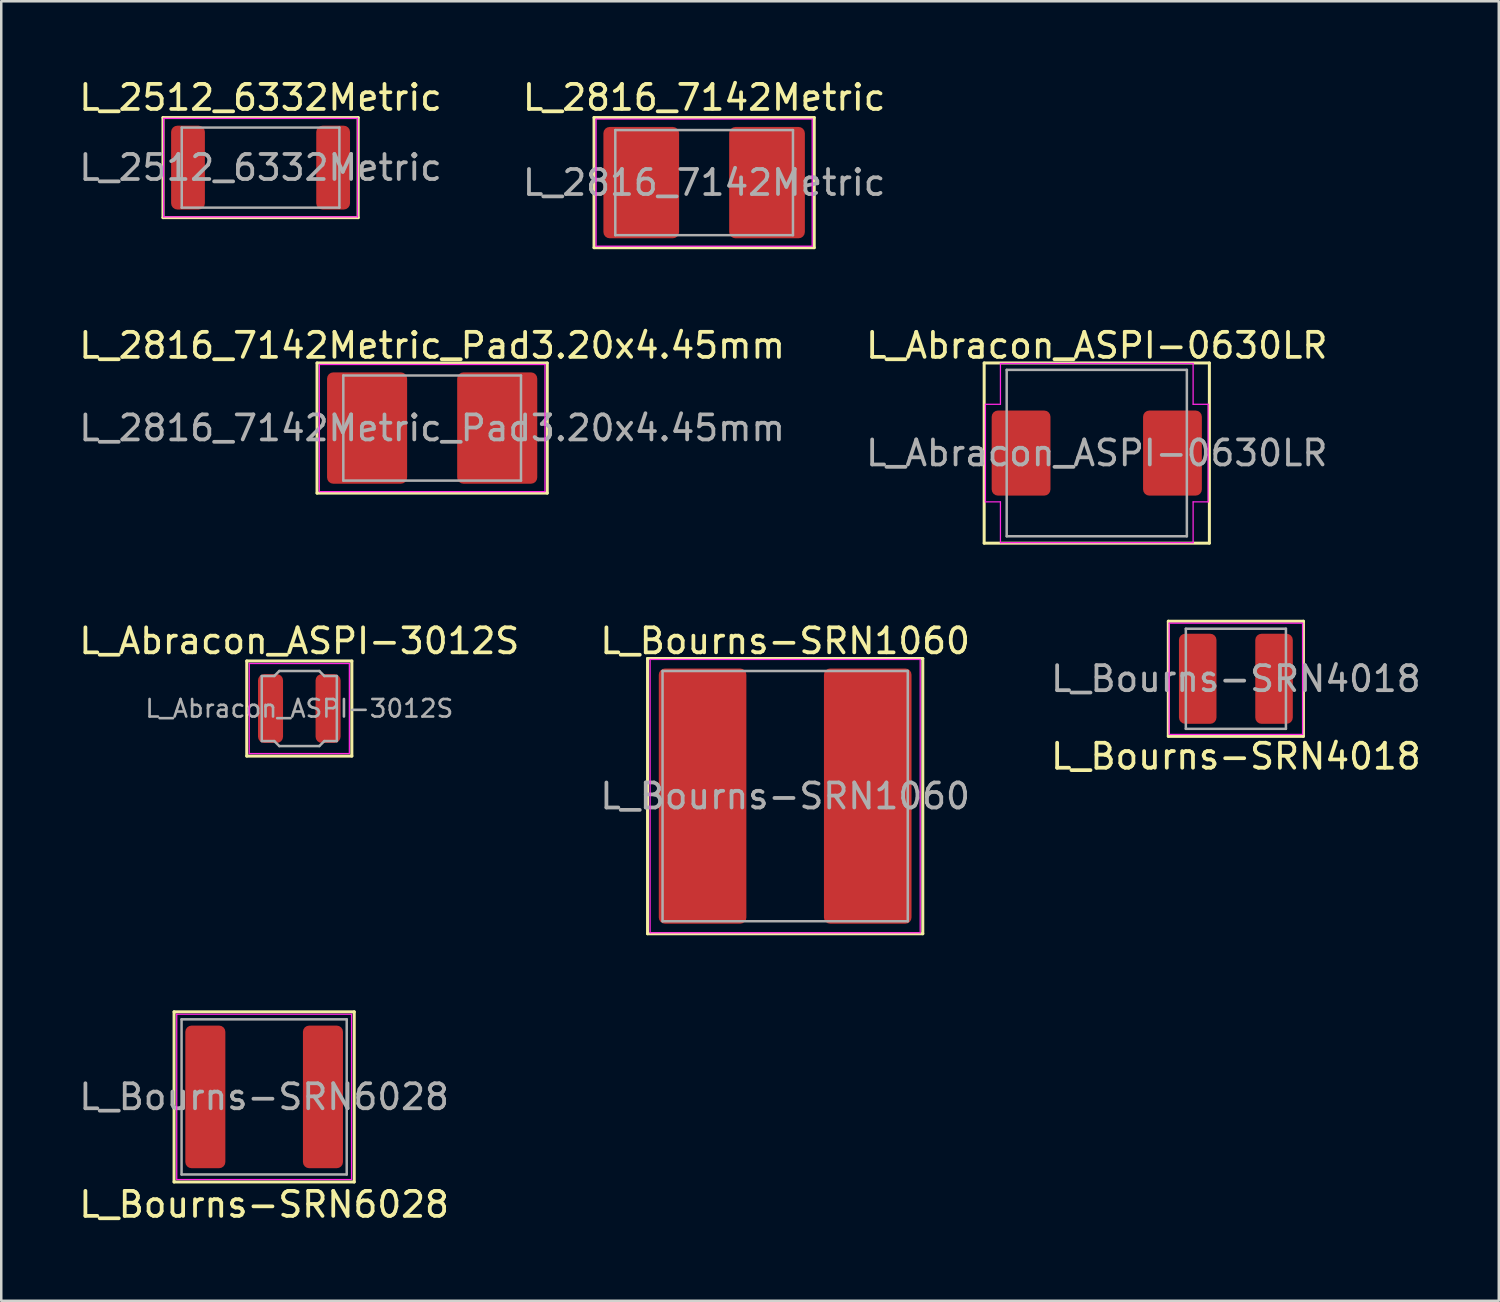
<source format=kicad_pcb>
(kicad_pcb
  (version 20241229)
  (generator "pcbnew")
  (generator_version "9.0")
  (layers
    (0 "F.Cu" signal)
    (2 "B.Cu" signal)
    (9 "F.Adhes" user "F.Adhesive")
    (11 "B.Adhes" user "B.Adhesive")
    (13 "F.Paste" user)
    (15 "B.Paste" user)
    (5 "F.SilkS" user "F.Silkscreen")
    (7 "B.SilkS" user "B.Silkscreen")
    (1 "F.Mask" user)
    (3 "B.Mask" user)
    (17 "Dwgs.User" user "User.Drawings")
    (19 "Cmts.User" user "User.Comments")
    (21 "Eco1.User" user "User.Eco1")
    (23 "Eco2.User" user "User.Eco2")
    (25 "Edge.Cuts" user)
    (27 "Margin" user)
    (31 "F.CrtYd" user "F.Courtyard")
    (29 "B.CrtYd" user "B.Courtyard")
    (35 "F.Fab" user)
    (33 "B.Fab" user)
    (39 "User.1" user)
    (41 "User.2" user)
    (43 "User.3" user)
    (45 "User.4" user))
  (footprint "L_2512_6332Metric"
    (layer "F.Cu")
    (at 7.363 3.648)
    (property "Reference" "L_2512_6332Metric" (at 0 -2.8 0) (layer "F.SilkS") (effects (font (size 1 1) (thickness 0.15))))
    (attr smd)
    (fp_line (start -3.9 -2) (end -3.9 2) (stroke (width 0.12) (type solid)) (layer "F.SilkS"))
    (fp_line (start -3.9 2) (end 3.9 2) (stroke (width 0.12) (type solid)) (layer "F.SilkS"))
    (fp_line (start 3.9 -2) (end -3.9 -2) (stroke (width 0.12) (type solid)) (layer "F.SilkS"))
    (fp_line (start 3.9 2) (end 3.9 -2) (stroke (width 0.12) (type solid)) (layer "F.SilkS"))
    (fp_line (start -3.873 -1.968) (end 3.873 -1.968) (stroke (width 0.05) (type solid)) (layer "F.CrtYd"))
    (fp_line (start -3.873 1.968) (end -3.873 -1.968) (stroke (width 0.05) (type solid)) (layer "F.CrtYd"))
    (fp_line (start 3.873 -1.968) (end 3.873 1.968) (stroke (width 0.05) (type solid)) (layer "F.CrtYd"))
    (fp_line (start 3.873 1.968) (end -3.873 1.968) (stroke (width 0.05) (type solid)) (layer "F.CrtYd"))
    (fp_line (start -3.15 -1.6) (end 3.15 -1.6) (stroke (width 0.1) (type solid)) (layer "F.Fab"))
    (fp_line (start -3.15 1.6) (end -3.15 -1.6) (stroke (width 0.1) (type solid)) (layer "F.Fab"))
    (fp_line (start 3.15 -1.6) (end 3.15 1.6) (stroke (width 0.1) (type solid)) (layer "F.Fab"))
    (fp_line (start 3.15 1.6) (end -3.15 1.6) (stroke (width 0.1) (type solid)) (layer "F.Fab"))
    (fp_text user "${REFERENCE}" (at 0 0 0) (layer "F.Fab") (effects (font (size 1 1) (thickness 0.15))))
    (pad "1" smd roundrect (at -2.9 0) (size 1.35 3.35) (layers "F.Cu" "F.Mask" "F.Paste") (roundrect_rratio 0.185))
    (pad "2" smd roundrect (at 2.9 0) (size 1.35 3.35) (layers "F.Cu" "F.Mask" "F.Paste") (roundrect_rratio 0.185)))
  (footprint "L_Bourns-SRN6028"
    (layer "F.Cu")
    (at 7.506 40.785)
    (property "Reference" "L_Bourns-SRN6028" (at 0 4.3 0) (layer "F.SilkS") (effects (font (size 1 1) (thickness 0.15))))
    (attr smd)
    (fp_line (start -3.6 -3.4) (end -3.6 3.4) (stroke (width 0.12) (type solid)) (layer "F.SilkS"))
    (fp_line (start -3.6 3.4) (end 3.6 3.4) (stroke (width 0.12) (type solid)) (layer "F.SilkS"))
    (fp_line (start 3.6 -3.4) (end -3.6 -3.4) (stroke (width 0.12) (type solid)) (layer "F.SilkS"))
    (fp_line (start 3.6 3.4) (end 3.6 -3.4) (stroke (width 0.12) (type solid)) (layer "F.SilkS"))
    (fp_line (start -3.493 -3.3) (end -3.493 3.302) (stroke (width 0.05) (type solid)) (layer "F.CrtYd"))
    (fp_line (start -3.493 -3.3) (end -3.49 -3.302) (stroke (width 0.05) (type solid)) (layer "F.CrtYd"))
    (fp_line (start -3.49 -3.302) (end 3.493 -3.302) (stroke (width 0.05) (type solid)) (layer "F.CrtYd"))
    (fp_line (start 3.493 -3.302) (end 3.493 3.302) (stroke (width 0.05) (type solid)) (layer "F.CrtYd"))
    (fp_line (start 3.493 3.302) (end -3.493 3.302) (stroke (width 0.05) (type solid)) (layer "F.CrtYd"))
    (fp_line (start -3.3 -3.1) (end -3.3 3.1) (stroke (width 0.1) (type solid)) (layer "F.Fab"))
    (fp_line (start -3.3 -3.1) (end 3.3 -3.1) (stroke (width 0.1) (type solid)) (layer "F.Fab"))
    (fp_line (start 3.3 -3.1) (end 3.3 3.1) (stroke (width 0.1) (type solid)) (layer "F.Fab"))
    (fp_line (start 3.3 3.1) (end -3.3 3.1) (stroke (width 0.1) (type solid)) (layer "F.Fab"))
    (fp_text user "${REFERENCE}" (at 0 0 0) (layer "F.Fab") (effects (font (size 1 1) (thickness 0.15))))
    (pad "1" smd roundrect (at -2.35 0) (size 1.6 5.7) (layers "F.Cu" "F.Mask" "F.Paste") (roundrect_rratio 0.156))
    (pad "2" smd roundrect (at 2.35 0) (size 1.6 5.7) (layers "F.Cu" "F.Mask" "F.Paste") (roundrect_rratio 0.156)))
  (footprint "L_Bourns-SRN1060"
    (layer "F.Cu")
    (at 28.327 28.765)
    (property "Reference" "L_Bourns-SRN1060" (at 0 -6.2 0) (layer "F.SilkS") (effects (font (size 1 1) (thickness 0.15))))
    (attr smd)
    (fp_line (start -5.5 -5.5) (end -5.5 5.5) (stroke (width 0.12) (type solid)) (layer "F.SilkS"))
    (fp_line (start -5.5 5.5) (end 5.5 5.5) (stroke (width 0.12) (type solid)) (layer "F.SilkS"))
    (fp_line (start 5.5 -5.5) (end -5.5 -5.5) (stroke (width 0.12) (type solid)) (layer "F.SilkS"))
    (fp_line (start 5.5 5.5) (end 5.5 -5.5) (stroke (width 0.12) (type solid)) (layer "F.SilkS"))
    (fp_line (start -5.397 -5.461) (end -5.397 5.461) (stroke (width 0.05) (type solid)) (layer "F.CrtYd"))
    (fp_line (start -5.397 -5.461) (end 5.397 -5.461) (stroke (width 0.05) (type solid)) (layer "F.CrtYd"))
    (fp_line (start -5.397 5.461) (end 5.397 5.461) (stroke (width 0.05) (type solid)) (layer "F.CrtYd"))
    (fp_line (start 5.397 -5.461) (end 5.397 5.461) (stroke (width 0.05) (type solid)) (layer "F.CrtYd"))
    (fp_line (start -4.9 -5) (end -4.9 5) (stroke (width 0.1) (type solid)) (layer "F.Fab"))
    (fp_line (start -4.9 -5) (end 4.9 -5) (stroke (width 0.1) (type solid)) (layer "F.Fab"))
    (fp_line (start -4.9 5) (end 4.9 5) (stroke (width 0.1) (type solid)) (layer "F.Fab"))
    (fp_line (start 4.9 -5) (end 4.9 5) (stroke (width 0.1) (type solid)) (layer "F.Fab"))
    (fp_text user "${REFERENCE}" (at 0 0 0) (layer "F.Fab") (effects (font (size 1 1) (thickness 0.15))))
    (pad "1" smd roundrect (at -3.3 0) (size 3.5 10.2) (layers "F.Cu" "F.Mask" "F.Paste") (roundrect_rratio 0.071))
    (pad "2" smd roundrect (at 3.3 0) (size 3.5 10.2) (layers "F.Cu" "F.Mask" "F.Paste") (roundrect_rratio 0.071)))
  (footprint "L_Abracon_ASPI-3012S"
    (layer "F.Cu")
    (at 8.911 25.265)
    (property "Reference" "L_Abracon_ASPI-3012S" (at 0 -2.7 0) (layer "F.SilkS") (effects (font (size 1 1) (thickness 0.15))))
    (attr smd)
    (fp_line (start -2.1 -1.9) (end -2.1 1.9) (stroke (width 0.12) (type solid)) (layer "F.SilkS"))
    (fp_line (start -2.1 1.9) (end 2.1 1.9) (stroke (width 0.12) (type solid)) (layer "F.SilkS"))
    (fp_line (start 2.1 -1.9) (end -2.1 -1.9) (stroke (width 0.12) (type solid)) (layer "F.SilkS"))
    (fp_line (start 2.1 1.9) (end 2.1 -1.9) (stroke (width 0.12) (type solid)) (layer "F.SilkS"))
    (fp_line (start -2 -1.8) (end -2 1.8) (stroke (width 0.05) (type solid)) (layer "F.CrtYd"))
    (fp_line (start -2 1.8) (end 2 1.8) (stroke (width 0.05) (type solid)) (layer "F.CrtYd"))
    (fp_line (start 2 -1.8) (end -2 -1.8) (stroke (width 0.05) (type solid)) (layer "F.CrtYd"))
    (fp_line (start 2 1.8) (end 2 -1.8) (stroke (width 0.05) (type solid)) (layer "F.CrtYd"))
    (fp_line (start -1.5 -1.3) (end -1.5 1.3) (stroke (width 0.1) (type solid)) (layer "F.Fab"))
    (fp_line (start -1.5 1.3) (end -1 1.3) (stroke (width 0.1) (type solid)) (layer "F.Fab"))
    (fp_line (start -1 -1.3) (end -1.5 -1.3) (stroke (width 0.1) (type solid)) (layer "F.Fab"))
    (fp_line (start -1 1.3) (end -0.8 1.5) (stroke (width 0.1) (type solid)) (layer "F.Fab"))
    (fp_line (start -0.8 -1.5) (end -1 -1.3) (stroke (width 0.1) (type solid)) (layer "F.Fab"))
    (fp_line (start -0.8 1.5) (end 0.8 1.5) (stroke (width 0.1) (type solid)) (layer "F.Fab"))
    (fp_line (start 0.8 -1.5) (end -0.8 -1.5) (stroke (width 0.1) (type solid)) (layer "F.Fab"))
    (fp_line (start 0.8 1.5) (end 1 1.3) (stroke (width 0.1) (type solid)) (layer "F.Fab"))
    (fp_line (start 1 -1.3) (end 0.8 -1.5) (stroke (width 0.1) (type solid)) (layer "F.Fab"))
    (fp_line (start 1 1.3) (end 1.5 1.3) (stroke (width 0.1) (type solid)) (layer "F.Fab"))
    (fp_line (start 1.5 -1.3) (end 1 -1.3) (stroke (width 0.1) (type solid)) (layer "F.Fab"))
    (fp_line (start 1.5 1.3) (end 1.5 -1.3) (stroke (width 0.1) (type solid)) (layer "F.Fab"))
    (fp_text user "${REFERENCE}" (at 0 0 0) (layer "F.Fab") (effects (font (size 0.7 0.7) (thickness 0.105))))
    (pad "1" smd roundrect (at -1.15 0) (size 1 2.75) (layers "F.Cu" "F.Mask" "F.Paste") (roundrect_rratio 0.25))
    (pad "2" smd roundrect (at 1.15 0) (size 1 2.75) (layers "F.Cu" "F.Mask" "F.Paste") (roundrect_rratio 0.25)))
  (footprint "L_Bourns-SRN4018"
    (layer "F.Cu")
    (at 46.339 24.076)
    (property "Reference" "L_Bourns-SRN4018" (at 0 3.1 0) (layer "F.SilkS") (effects (font (size 1 1) (thickness 0.15))))
    (attr smd)
    (fp_line (start -2.7 -2.3) (end -2.7 2.3) (stroke (width 0.12) (type solid)) (layer "F.SilkS"))
    (fp_line (start -2.7 2.3) (end 2.7 2.3) (stroke (width 0.12) (type solid)) (layer "F.SilkS"))
    (fp_line (start 2.7 -2.3) (end -2.7 -2.3) (stroke (width 0.12) (type solid)) (layer "F.SilkS"))
    (fp_line (start 2.7 2.3) (end 2.7 -2.3) (stroke (width 0.12) (type solid)) (layer "F.SilkS"))
    (fp_line (start -2.667 -2.223) (end -2.667 2.223) (stroke (width 0.05) (type solid)) (layer "F.CrtYd"))
    (fp_line (start -2.667 -2.223) (end 2.667 -2.223) (stroke (width 0.05) (type solid)) (layer "F.CrtYd"))
    (fp_line (start -2.647 2.223) (end 2.667 2.223) (stroke (width 0.05) (type solid)) (layer "F.CrtYd"))
    (fp_line (start 2.667 -2.223) (end 2.667 2.223) (stroke (width 0.05) (type solid)) (layer "F.CrtYd"))
    (fp_line (start -2 -2) (end -2 2) (stroke (width 0.1) (type solid)) (layer "F.Fab"))
    (fp_line (start -2 -2) (end 2 -2) (stroke (width 0.1) (type solid)) (layer "F.Fab"))
    (fp_line (start 2 -2) (end 2 2) (stroke (width 0.1) (type solid)) (layer "F.Fab"))
    (fp_line (start 2 2) (end -2 2) (stroke (width 0.1) (type solid)) (layer "F.Fab"))
    (fp_text user "${REFERENCE}" (at 0 0 0) (layer "F.Fab") (effects (font (size 1 1) (thickness 0.15))))
    (pad "1" smd roundrect (at -1.525 0) (size 1.5 3.6) (layers "F.Cu" "F.Mask" "F.Paste") (roundrect_rratio 0.167))
    (pad "2" smd roundrect (at 1.525 0) (size 1.5 3.6) (layers "F.Cu" "F.Mask" "F.Paste") (roundrect_rratio 0.167)))
  (footprint "L_Abracon_ASPI-0630LR"
    (layer "F.Cu")
    (at 40.78 15.056)
    (property "Reference" "L_Abracon_ASPI-0630LR" (at 0 -4.3 0) (layer "F.SilkS") (effects (font (size 1 1) (thickness 0.15))))
    (attr smd)
    (fp_line (start -4.5 -3.6) (end -4.5 3.6) (stroke (width 0.12) (type solid)) (layer "F.SilkS"))
    (fp_line (start -4.5 3.6) (end 4.5 3.6) (stroke (width 0.12) (type solid)) (layer "F.SilkS"))
    (fp_line (start 4.5 -3.6) (end -4.5 -3.6) (stroke (width 0.12) (type solid)) (layer "F.SilkS"))
    (fp_line (start 4.5 3.6) (end 4.5 -3.6) (stroke (width 0.12) (type solid)) (layer "F.SilkS"))
    (fp_line (start -4.45 -1.95) (end -4.45 1.95) (stroke (width 0.05) (type solid)) (layer "F.CrtYd"))
    (fp_line (start -4.45 1.95) (end -3.85 1.95) (stroke (width 0.05) (type solid)) (layer "F.CrtYd"))
    (fp_line (start -3.85 -3.58) (end -3.85 -1.95) (stroke (width 0.05) (type solid)) (layer "F.CrtYd"))
    (fp_line (start -3.85 -1.95) (end -4.45 -1.95) (stroke (width 0.05) (type solid)) (layer "F.CrtYd"))
    (fp_line (start -3.85 1.95) (end -3.85 3.58) (stroke (width 0.05) (type solid)) (layer "F.CrtYd"))
    (fp_line (start -3.85 3.58) (end 3.85 3.58) (stroke (width 0.05) (type solid)) (layer "F.CrtYd"))
    (fp_line (start 3.85 -3.58) (end -3.85 -3.58) (stroke (width 0.05) (type solid)) (layer "F.CrtYd"))
    (fp_line (start 3.85 -1.95) (end 3.85 -3.58) (stroke (width 0.05) (type solid)) (layer "F.CrtYd"))
    (fp_line (start 3.85 1.95) (end 4.45 1.95) (stroke (width 0.05) (type solid)) (layer "F.CrtYd"))
    (fp_line (start 3.85 3.58) (end 3.85 1.95) (stroke (width 0.05) (type solid)) (layer "F.CrtYd"))
    (fp_line (start 4.45 -1.95) (end 3.85 -1.95) (stroke (width 0.05) (type solid)) (layer "F.CrtYd"))
    (fp_line (start 4.45 1.95) (end 4.45 -1.95) (stroke (width 0.05) (type solid)) (layer "F.CrtYd"))
    (fp_line (start -3.6 -3.325) (end 3.6 -3.325) (stroke (width 0.1) (type solid)) (layer "F.Fab"))
    (fp_line (start -3.6 3.325) (end -3.6 -3.325) (stroke (width 0.1) (type solid)) (layer "F.Fab"))
    (fp_line (start 3.6 -3.325) (end 3.6 3.325) (stroke (width 0.1) (type solid)) (layer "F.Fab"))
    (fp_line (start 3.6 3.325) (end -3.6 3.325) (stroke (width 0.1) (type solid)) (layer "F.Fab"))
    (fp_text user "${REFERENCE}" (at 0 0 0) (layer "F.Fab") (effects (font (size 1 1) (thickness 0.15))))
    (pad "1" smd roundrect (at -3.025 0) (size 2.35 3.4) (layers "F.Cu" "F.Mask" "F.Paste") (roundrect_rratio 0.106))
    (pad "2" smd roundrect (at 3.025 0) (size 2.35 3.4) (layers "F.Cu" "F.Mask" "F.Paste") (roundrect_rratio 0.106)))
  (footprint "L_2816_7142Metric_Pad3.20x4.45mm"
    (layer "F.Cu")
    (at 14.22 14.056)
    (property "Reference" "L_2816_7142Metric_Pad3.20x4.45mm" (at 0 -3.3 0) (layer "F.SilkS") (effects (font (size 1 1) (thickness 0.15))))
    (attr smd)
    (fp_line (start -4.6 -2.6) (end -4.6 2.6) (stroke (width 0.12) (type solid)) (layer "F.SilkS"))
    (fp_line (start -4.6 2.6) (end 4.6 2.6) (stroke (width 0.12) (type solid)) (layer "F.SilkS"))
    (fp_line (start 4.6 -2.6) (end -4.6 -2.6) (stroke (width 0.12) (type solid)) (layer "F.SilkS"))
    (fp_line (start 4.6 2.6) (end 4.6 -2.6) (stroke (width 0.12) (type solid)) (layer "F.SilkS"))
    (fp_line (start -4.508 -2.54) (end 4.508 -2.54) (stroke (width 0.05) (type solid)) (layer "F.CrtYd"))
    (fp_line (start -4.508 2.54) (end -4.508 -2.54) (stroke (width 0.05) (type solid)) (layer "F.CrtYd"))
    (fp_line (start 4.508 -2.54) (end 4.508 2.54) (stroke (width 0.05) (type solid)) (layer "F.CrtYd"))
    (fp_line (start 4.508 2.54) (end -4.508 2.54) (stroke (width 0.05) (type solid)) (layer "F.CrtYd"))
    (fp_line (start -3.55 -2.1) (end 3.55 -2.1) (stroke (width 0.1) (type solid)) (layer "F.Fab"))
    (fp_line (start -3.55 2.1) (end -3.55 -2.1) (stroke (width 0.1) (type solid)) (layer "F.Fab"))
    (fp_line (start 3.55 -2.1) (end 3.55 2.1) (stroke (width 0.1) (type solid)) (layer "F.Fab"))
    (fp_line (start 3.55 2.1) (end -3.55 2.1) (stroke (width 0.1) (type solid)) (layer "F.Fab"))
    (fp_text user "${REFERENCE}" (at 0 0 0) (layer "F.Fab") (effects (font (size 1 1) (thickness 0.15))))
    (pad "1" smd roundrect (at -2.6 0) (size 3.2 4.45) (layers "F.Cu" "F.Mask" "F.Paste") (roundrect_rratio 0.078))
    (pad "2" smd roundrect (at 2.6 0) (size 3.2 4.45) (layers "F.Cu" "F.Mask" "F.Paste") (roundrect_rratio 0.078)))
  (footprint "L_2816_7142Metric"
    (layer "F.Cu")
    (at 25.089 4.248)
    (property "Reference" "L_2816_7142Metric" (at 0 -3.4 0) (layer "F.SilkS") (effects (font (size 1 1) (thickness 0.15))))
    (attr smd)
    (fp_line (start -4.4 -2.6) (end -4.4 2.6) (stroke (width 0.12) (type solid)) (layer "F.SilkS"))
    (fp_line (start -4.4 2.6) (end 4.4 2.6) (stroke (width 0.12) (type solid)) (layer "F.SilkS"))
    (fp_line (start 4.4 -2.6) (end -4.4 -2.6) (stroke (width 0.12) (type solid)) (layer "F.SilkS"))
    (fp_line (start 4.4 2.6) (end 4.4 -2.6) (stroke (width 0.12) (type solid)) (layer "F.SilkS"))
    (fp_line (start -4.318 -2.54) (end 4.318 -2.54) (stroke (width 0.05) (type solid)) (layer "F.CrtYd"))
    (fp_line (start -4.318 2.54) (end -4.318 -2.54) (stroke (width 0.05) (type solid)) (layer "F.CrtYd"))
    (fp_line (start 4.318 -2.54) (end 4.318 2.54) (stroke (width 0.05) (type solid)) (layer "F.CrtYd"))
    (fp_line (start 4.318 2.54) (end -4.318 2.54) (stroke (width 0.05) (type solid)) (layer "F.CrtYd"))
    (fp_line (start -3.55 -2.1) (end 3.55 -2.1) (stroke (width 0.1) (type solid)) (layer "F.Fab"))
    (fp_line (start -3.55 2.1) (end -3.55 -2.1) (stroke (width 0.1) (type solid)) (layer "F.Fab"))
    (fp_line (start 3.55 -2.1) (end 3.55 2.1) (stroke (width 0.1) (type solid)) (layer "F.Fab"))
    (fp_line (start 3.55 2.1) (end -3.55 2.1) (stroke (width 0.1) (type solid)) (layer "F.Fab"))
    (fp_text user "${REFERENCE}" (at 0 0 0) (layer "F.Fab") (effects (font (size 1 1) (thickness 0.15))))
    (pad "1" smd roundrect (at -2.513 0) (size 3.025 4.45) (layers "F.Cu" "F.Mask" "F.Paste") (roundrect_rratio 0.083))
    (pad "2" smd roundrect (at 2.513 0) (size 3.025 4.45) (layers "F.Cu" "F.Mask" "F.Paste") (roundrect_rratio 0.083)))
  (gr_rect
    (start -3 -3)
    (end 56.845 48.933)
    (stroke (width 0.1) (type default))
    (fill no)
    (layer "Edge.Cuts")))
</source>
